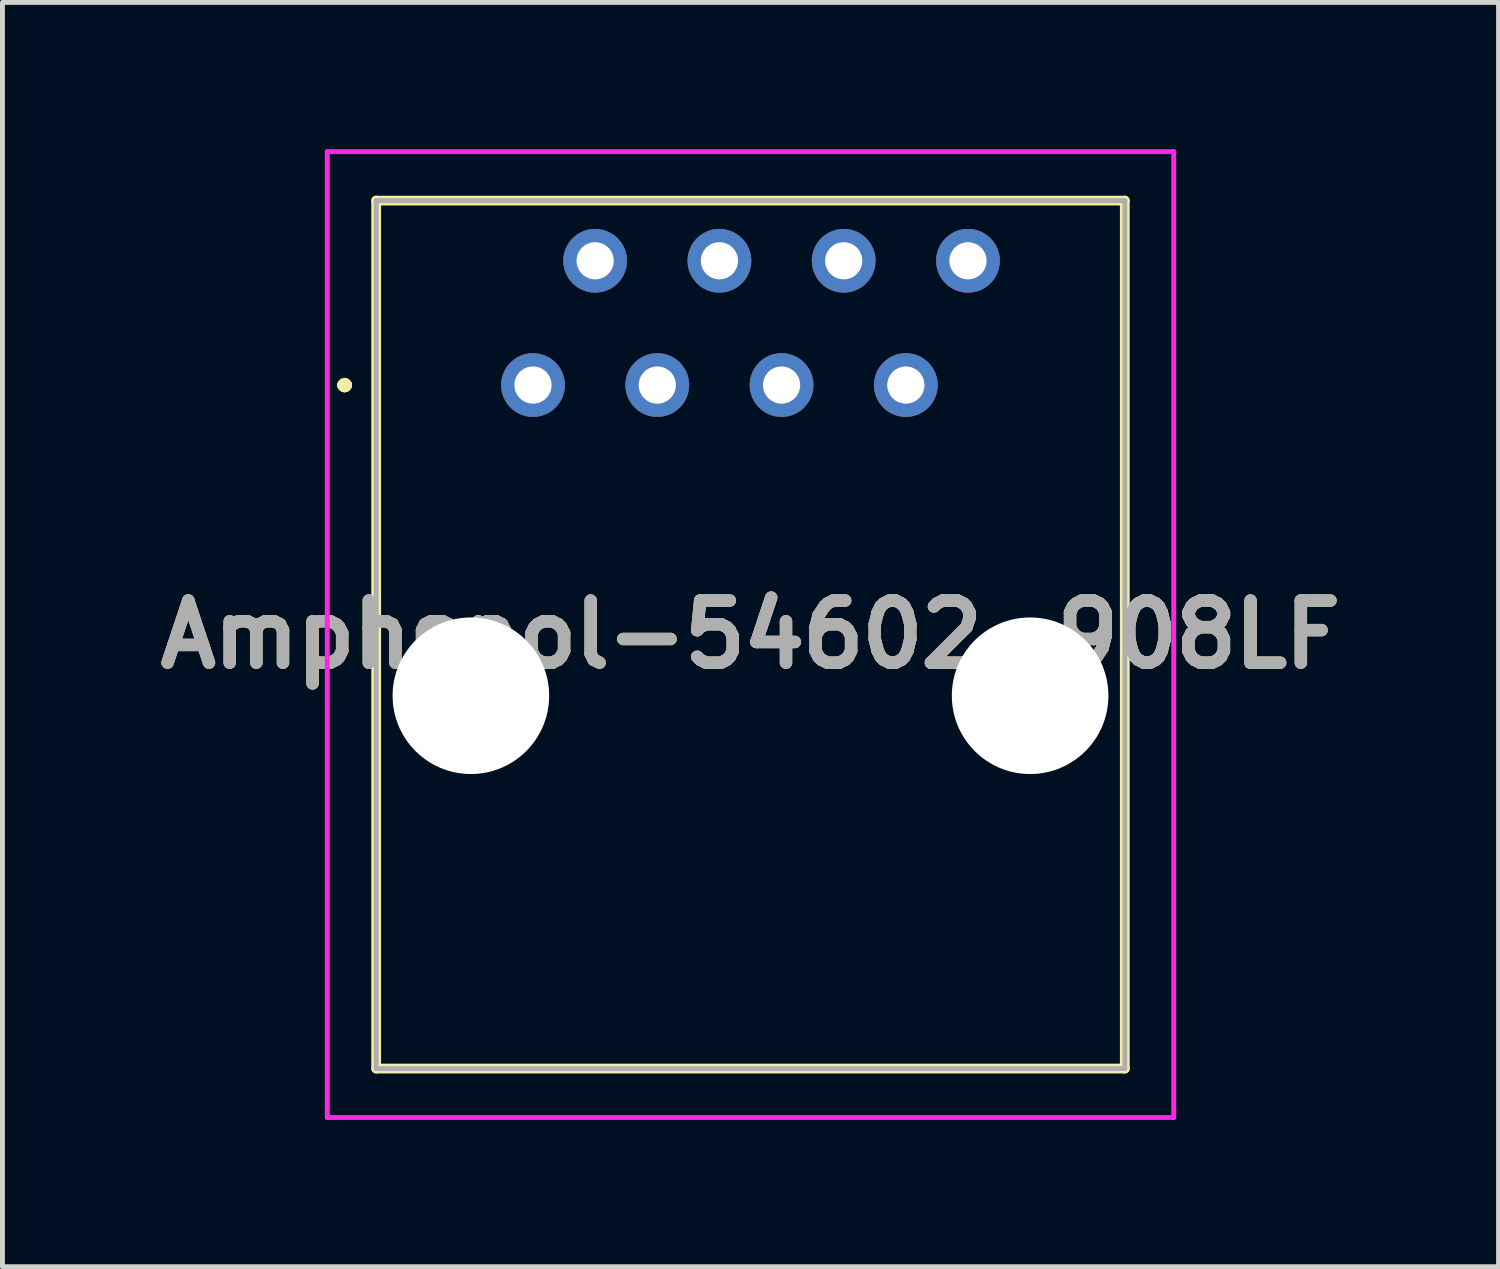
<source format=kicad_pcb>
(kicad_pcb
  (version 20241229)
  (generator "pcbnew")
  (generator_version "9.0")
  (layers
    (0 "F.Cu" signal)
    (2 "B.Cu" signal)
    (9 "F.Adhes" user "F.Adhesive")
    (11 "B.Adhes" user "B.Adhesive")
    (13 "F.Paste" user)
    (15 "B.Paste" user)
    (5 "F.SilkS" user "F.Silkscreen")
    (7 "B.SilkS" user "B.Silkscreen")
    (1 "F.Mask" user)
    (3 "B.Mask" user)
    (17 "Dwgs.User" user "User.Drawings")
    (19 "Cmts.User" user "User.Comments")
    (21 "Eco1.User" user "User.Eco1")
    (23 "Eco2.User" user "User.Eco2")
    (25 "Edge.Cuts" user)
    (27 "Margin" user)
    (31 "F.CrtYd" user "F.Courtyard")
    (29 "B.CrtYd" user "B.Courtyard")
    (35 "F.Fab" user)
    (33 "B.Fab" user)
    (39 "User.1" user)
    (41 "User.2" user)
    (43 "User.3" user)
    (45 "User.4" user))
  (footprint "Amphenol-54602-908LF"
    (layer "F.Cu")
    (at 7.844 4.82)
    (property "Reference" "Amphenol-54602-908LF" (at 4.445 5.1 0) (layer "F.SilkS") (effects (font (size 1.27 1.27) (thickness 0.254))))
    (attr through_hole)
    (fp_line (start -3.9 0) (end -3.9 0) (stroke (width 0.2) (type solid)) (layer "F.SilkS"))
    (fp_line (start -3.9 0) (end -3.9 0) (stroke (width 0.2) (type solid)) (layer "F.SilkS"))
    (fp_line (start -3.8 0) (end -3.8 0) (stroke (width 0.2) (type solid)) (layer "F.SilkS"))
    (fp_line (start -3.205 -3.77) (end 12.095 -3.77) (stroke (width 0.2) (type solid)) (layer "F.SilkS"))
    (fp_line (start -3.205 13.97) (end -3.205 -3.77) (stroke (width 0.2) (type solid)) (layer "F.SilkS"))
    (fp_line (start 12.095 -3.77) (end 12.095 13.97) (stroke (width 0.2) (type solid)) (layer "F.SilkS"))
    (fp_line (start 12.095 13.97) (end -3.205 13.97) (stroke (width 0.2) (type solid)) (layer "F.SilkS"))
    (fp_arc (start -3.9 0) (mid -3.85 -0.05) (end -3.8 0) (stroke (width 0.2) (type solid)) (layer "F.SilkS"))
    (fp_arc (start -3.8 0) (mid -3.85 0.05) (end -3.9 0) (stroke (width 0.2) (type solid)) (layer "F.SilkS"))
    (fp_arc (start -3.8 0) (mid -3.85 0.05) (end -3.9 0) (stroke (width 0.2) (type solid)) (layer "F.SilkS"))
    (fp_line (start -4.205 -4.77) (end 13.095 -4.77) (stroke (width 0.1) (type solid)) (layer "F.CrtYd"))
    (fp_line (start -4.205 14.97) (end -4.205 -4.77) (stroke (width 0.1) (type solid)) (layer "F.CrtYd"))
    (fp_line (start 13.095 -4.77) (end 13.095 14.97) (stroke (width 0.1) (type solid)) (layer "F.CrtYd"))
    (fp_line (start 13.095 14.97) (end -4.205 14.97) (stroke (width 0.1) (type solid)) (layer "F.CrtYd"))
    (fp_line (start -3.205 -3.77) (end -3.205 13.97) (stroke (width 0.1) (type solid)) (layer "F.Fab"))
    (fp_line (start -3.205 13.97) (end 12.095 13.97) (stroke (width 0.1) (type solid)) (layer "F.Fab"))
    (fp_line (start 12.095 -3.77) (end -3.205 -3.77) (stroke (width 0.1) (type solid)) (layer "F.Fab"))
    (fp_line (start 12.095 13.97) (end 12.095 -3.77) (stroke (width 0.1) (type solid)) (layer "F.Fab"))
    (fp_text user "${REFERENCE}" (at 4.445 5.1 0) (layer "F.Fab") (effects (font (size 1.27 1.27) (thickness 0.254))))
    (pad "" np_thru_hole circle (at -1.27 6.35) (size 3.2 3.2) (drill 3.2) (layers "*.Cu" "*.Mask"))
    (pad "" np_thru_hole circle (at 10.16 6.35) (size 3.2 3.2) (drill 3.2) (layers "*.Cu" "*.Mask"))
    (pad "1" thru_hole circle (at 0 0) (size 1.303 1.303) (drill 0.76) (layers "*.Cu" "*.Mask"))
    (pad "2" thru_hole circle (at 1.27 -2.54) (size 1.303 1.303) (drill 0.76) (layers "*.Cu" "*.Mask"))
    (pad "3" thru_hole circle (at 2.54 0) (size 1.303 1.303) (drill 0.76) (layers "*.Cu" "*.Mask"))
    (pad "4" thru_hole circle (at 3.81 -2.54) (size 1.303 1.303) (drill 0.76) (layers "*.Cu" "*.Mask"))
    (pad "5" thru_hole circle (at 5.08 0) (size 1.303 1.303) (drill 0.76) (layers "*.Cu" "*.Mask"))
    (pad "6" thru_hole circle (at 6.35 -2.54) (size 1.303 1.303) (drill 0.76) (layers "*.Cu" "*.Mask"))
    (pad "7" thru_hole circle (at 7.62 0) (size 1.303 1.303) (drill 0.76) (layers "*.Cu" "*.Mask"))
    (pad "8" thru_hole circle (at 8.89 -2.54) (size 1.303 1.303) (drill 0.76) (layers "*.Cu" "*.Mask")))
  (gr_rect
    (start -3 -3)
    (end 27.578 22.84)
    (stroke (width 0.1) (type default))
    (fill no)
    (layer "Edge.Cuts")))
</source>
